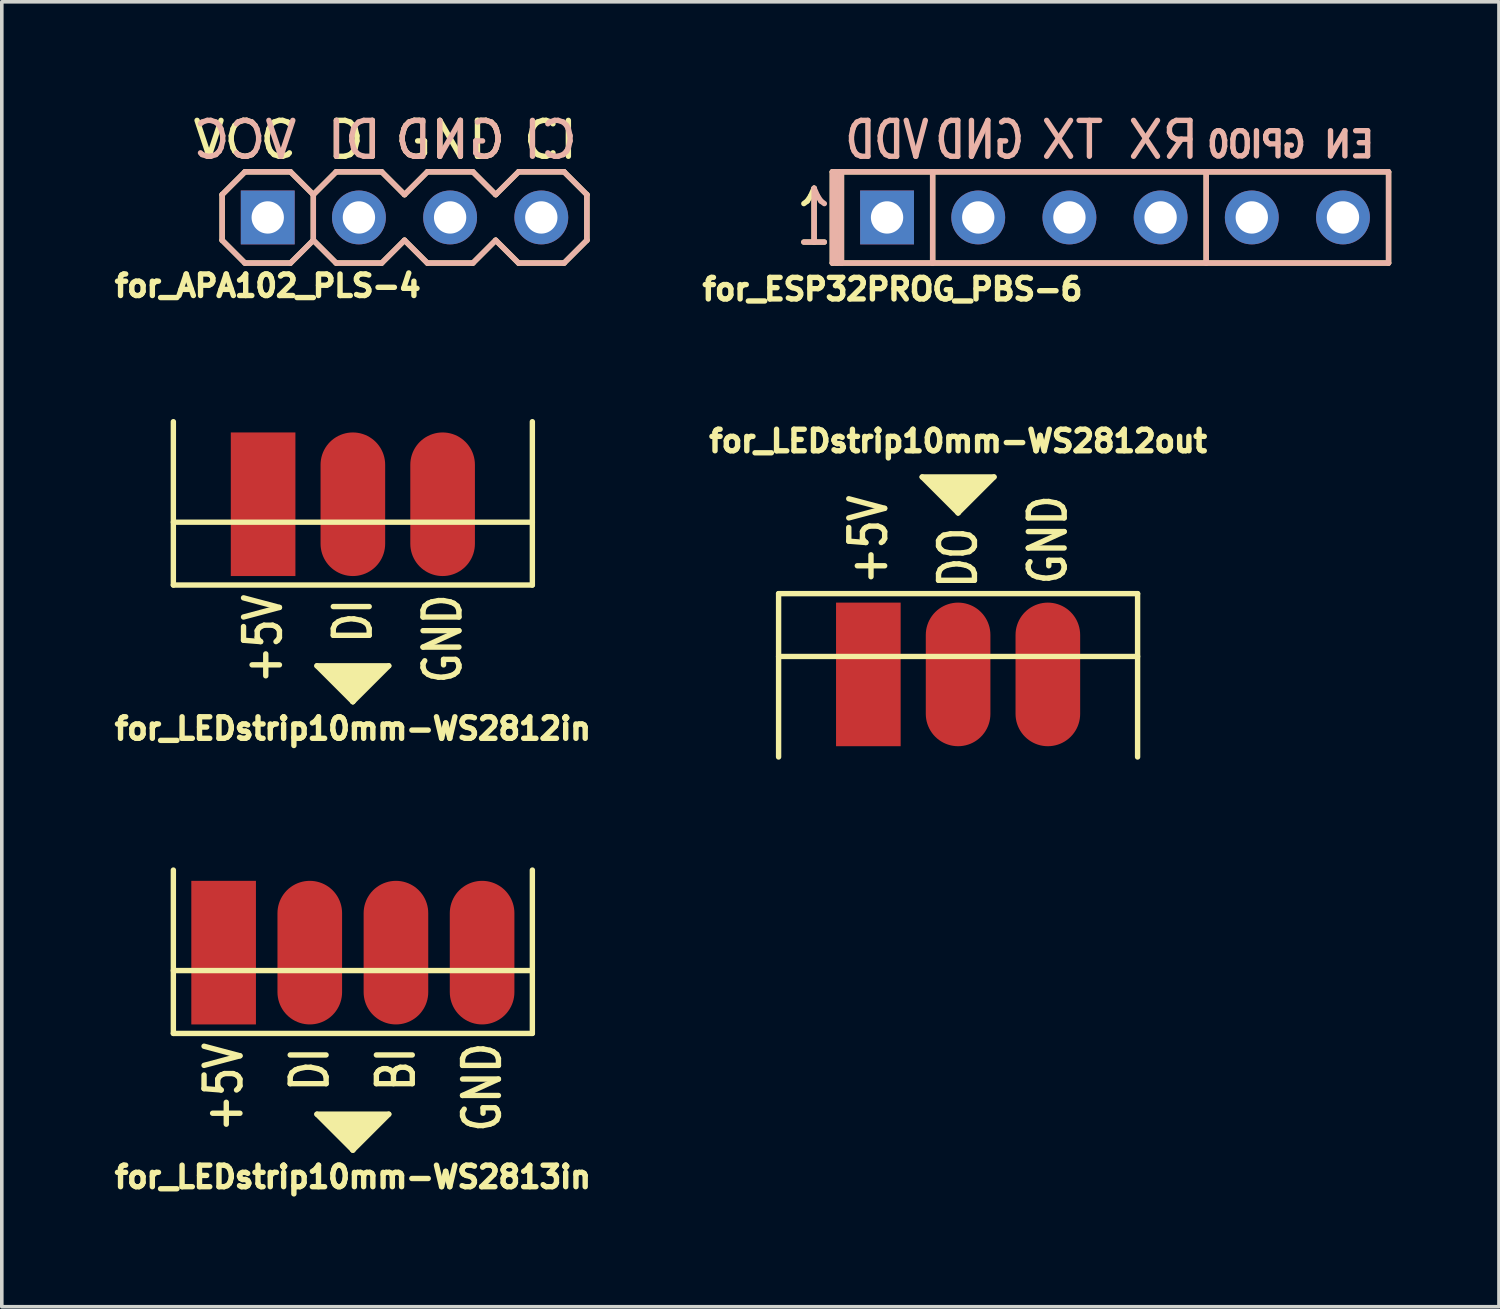
<source format=kicad_pcb>
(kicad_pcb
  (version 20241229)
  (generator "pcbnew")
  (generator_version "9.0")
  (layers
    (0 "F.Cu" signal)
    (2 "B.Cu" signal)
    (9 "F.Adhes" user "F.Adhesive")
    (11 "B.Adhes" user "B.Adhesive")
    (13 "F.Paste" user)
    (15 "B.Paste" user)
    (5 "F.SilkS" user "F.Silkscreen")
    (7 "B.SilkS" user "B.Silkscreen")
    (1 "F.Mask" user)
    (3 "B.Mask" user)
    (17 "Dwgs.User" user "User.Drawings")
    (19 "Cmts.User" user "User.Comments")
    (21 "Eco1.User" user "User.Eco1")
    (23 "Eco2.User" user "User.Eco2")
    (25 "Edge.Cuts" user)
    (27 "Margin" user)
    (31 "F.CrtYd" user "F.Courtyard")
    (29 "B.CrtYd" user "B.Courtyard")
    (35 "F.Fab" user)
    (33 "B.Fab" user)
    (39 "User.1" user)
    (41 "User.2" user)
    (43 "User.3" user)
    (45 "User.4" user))
  (footprint "for_LEDstrip10mm-WS2812in"
    (layer "F.Cu")
    (at 6.779 10.996)
    (property "Reference" "for_LEDstrip10mm-WS2812in" (at 0 6.25 0) (layer "F.SilkS") (effects (font (size 0.6 0.6) (thickness 0.15))))
    (attr exclude_from_pos_files exclude_from_bom)
    (fp_line (start -5 2.25) (end -5 -2.3) (stroke (width 0.15) (type solid)) (layer "F.SilkS"))
    (fp_line (start -1 4.5) (end 1 4.5) (stroke (width 0.15) (type solid)) (layer "F.SilkS"))
    (fp_line (start -0.8 4.6) (end 0.8 4.6) (stroke (width 0.15) (type solid)) (layer "F.SilkS"))
    (fp_line (start -0.6 4.8) (end 0.6 4.8) (stroke (width 0.15) (type solid)) (layer "F.SilkS"))
    (fp_line (start -0.5 4.9) (end 0.5 4.9) (stroke (width 0.15) (type solid)) (layer "F.SilkS"))
    (fp_line (start -0.3 5.1) (end 0.3 5.1) (stroke (width 0.15) (type solid)) (layer "F.SilkS"))
    (fp_line (start -0.1 5.3) (end 0.1 5.3) (stroke (width 0.15) (type solid)) (layer "F.SilkS"))
    (fp_line (start 0 5.5) (end -1 4.5) (stroke (width 0.15) (type solid)) (layer "F.SilkS"))
    (fp_line (start 0 5.5) (end 0 5.3) (stroke (width 0.15) (type solid)) (layer "F.SilkS"))
    (fp_line (start 0.2 5.2) (end -0.2 5.2) (stroke (width 0.15) (type solid)) (layer "F.SilkS"))
    (fp_line (start 0.4 5) (end -0.4 5) (stroke (width 0.15) (type solid)) (layer "F.SilkS"))
    (fp_line (start 0.7 4.7) (end -0.7 4.7) (stroke (width 0.15) (type solid)) (layer "F.SilkS"))
    (fp_line (start 1 4.5) (end 0 5.5) (stroke (width 0.15) (type solid)) (layer "F.SilkS"))
    (fp_line (start 5 0.5) (end -5 0.5) (stroke (width 0.15) (type solid)) (layer "F.SilkS"))
    (fp_line (start 5 2.25) (end -5 2.25) (stroke (width 0.15) (type solid)) (layer "F.SilkS"))
    (fp_line (start 5 2.25) (end 5 -2.3) (stroke (width 0.15) (type solid)) (layer "F.SilkS"))
    (fp_text user "GND" (at 2.5 3.75 270) (layer "F.SilkS") (effects (font (size 1 0.8) (thickness 0.15))))
    (fp_text user "+5V" (at -2.5 3.75 270) (layer "F.SilkS") (effects (font (size 1 0.8) (thickness 0.15))))
    (fp_text user "DI" (at 0 3.25 270) (layer "F.SilkS") (effects (font (size 1 0.8) (thickness 0.15))))
    (pad "1" smd rect (at -2.5 0) (size 1.8 4) (layers "F.Cu" "F.Mask" "F.Paste"))
    (pad "2" smd oval (at 0 0) (size 1.8 4) (layers "F.Cu" "F.Mask" "F.Paste"))
    (pad "3" smd oval (at 2.5 0) (size 1.8 4) (layers "F.Cu" "F.Mask" "F.Paste")))
  (footprint "for_APA102_PLS-4"
    (layer "F.Cu")
    (at 4.408 3.007)
    (property "Reference" "for_APA102_PLS-4" (at 0 1.905 0) (layer "F.SilkS") (effects (font (size 0.6 0.6) (thickness 0.15))))
    (attr through_hole)
    (fp_line (start -1.27 0.635) (end -1.27 -0.635) (stroke (width 0.15) (type solid)) (layer "F.SilkS"))
    (fp_line (start -0.635 -1.27) (end -1.27 -0.635) (stroke (width 0.15) (type solid)) (layer "F.SilkS"))
    (fp_line (start -0.635 1.27) (end -1.27 0.635) (stroke (width 0.15) (type solid)) (layer "F.SilkS"))
    (fp_line (start 0.635 -1.27) (end -0.635 -1.27) (stroke (width 0.15) (type solid)) (layer "F.SilkS"))
    (fp_line (start 0.635 1.27) (end -0.635 1.27) (stroke (width 0.15) (type solid)) (layer "F.SilkS"))
    (fp_line (start 1.27 -0.635) (end 0.635 -1.27) (stroke (width 0.15) (type solid)) (layer "F.SilkS"))
    (fp_line (start 1.27 -0.635) (end 1.27 0.635) (stroke (width 0.15) (type solid)) (layer "F.SilkS"))
    (fp_line (start 1.27 0.635) (end 0.635 1.27) (stroke (width 0.15) (type solid)) (layer "F.SilkS"))
    (fp_line (start 1.905 -1.27) (end 1.27 -0.635) (stroke (width 0.15) (type solid)) (layer "F.SilkS"))
    (fp_line (start 1.905 1.27) (end 1.27 0.635) (stroke (width 0.15) (type solid)) (layer "F.SilkS"))
    (fp_line (start 3.175 -1.27) (end 1.905 -1.27) (stroke (width 0.15) (type solid)) (layer "F.SilkS"))
    (fp_line (start 3.175 1.27) (end 1.905 1.27) (stroke (width 0.15) (type solid)) (layer "F.SilkS"))
    (fp_line (start 3.81 -0.635) (end 3.175 -1.27) (stroke (width 0.15) (type solid)) (layer "F.SilkS"))
    (fp_line (start 3.81 0.635) (end 3.175 1.27) (stroke (width 0.15) (type solid)) (layer "F.SilkS"))
    (fp_line (start 4.445 -1.27) (end 3.81 -0.635) (stroke (width 0.15) (type solid)) (layer "F.SilkS"))
    (fp_line (start 4.445 1.27) (end 3.81 0.635) (stroke (width 0.15) (type solid)) (layer "F.SilkS"))
    (fp_line (start 5.715 -1.27) (end 4.445 -1.27) (stroke (width 0.15) (type solid)) (layer "F.SilkS"))
    (fp_line (start 5.715 1.27) (end 4.445 1.27) (stroke (width 0.15) (type solid)) (layer "F.SilkS"))
    (fp_line (start 6.35 -0.635) (end 5.715 -1.27) (stroke (width 0.15) (type solid)) (layer "F.SilkS"))
    (fp_line (start 6.35 0.635) (end 5.715 1.27) (stroke (width 0.15) (type solid)) (layer "F.SilkS"))
    (fp_line (start 6.985 -1.27) (end 6.35 -0.635) (stroke (width 0.15) (type solid)) (layer "F.SilkS"))
    (fp_line (start 6.985 1.27) (end 6.35 0.635) (stroke (width 0.15) (type solid)) (layer "F.SilkS"))
    (fp_line (start 8.255 -1.27) (end 6.985 -1.27) (stroke (width 0.15) (type solid)) (layer "F.SilkS"))
    (fp_line (start 8.255 1.27) (end 6.985 1.27) (stroke (width 0.15) (type solid)) (layer "F.SilkS"))
    (fp_line (start 8.89 -0.635) (end 8.255 -1.27) (stroke (width 0.15) (type solid)) (layer "F.SilkS"))
    (fp_line (start 8.89 -0.635) (end 8.89 0.635) (stroke (width 0.15) (type solid)) (layer "F.SilkS"))
    (fp_line (start 8.89 0.635) (end 8.255 1.27) (stroke (width 0.15) (type solid)) (layer "F.SilkS"))
    (fp_line (start -1.27 0.635) (end -1.27 -0.635) (stroke (width 0.15) (type solid)) (layer "B.SilkS"))
    (fp_line (start -0.635 -1.27) (end -1.27 -0.635) (stroke (width 0.15) (type solid)) (layer "B.SilkS"))
    (fp_line (start -0.635 -1.27) (end 0.635 -1.27) (stroke (width 0.15) (type solid)) (layer "B.SilkS"))
    (fp_line (start -0.635 1.27) (end -1.27 0.635) (stroke (width 0.15) (type solid)) (layer "B.SilkS"))
    (fp_line (start 0.635 1.27) (end -0.635 1.27) (stroke (width 0.15) (type solid)) (layer "B.SilkS"))
    (fp_line (start 1.27 -0.635) (end 0.635 -1.27) (stroke (width 0.15) (type solid)) (layer "B.SilkS"))
    (fp_line (start 1.27 -0.635) (end 1.27 0.635) (stroke (width 0.15) (type solid)) (layer "B.SilkS"))
    (fp_line (start 1.27 0.635) (end 0.635 1.27) (stroke (width 0.15) (type solid)) (layer "B.SilkS"))
    (fp_line (start 1.905 -1.27) (end 1.27 -0.635) (stroke (width 0.15) (type solid)) (layer "B.SilkS"))
    (fp_line (start 1.905 -1.27) (end 3.175 -1.27) (stroke (width 0.15) (type solid)) (layer "B.SilkS"))
    (fp_line (start 1.905 1.27) (end 1.27 0.635) (stroke (width 0.15) (type solid)) (layer "B.SilkS"))
    (fp_line (start 3.175 1.27) (end 1.905 1.27) (stroke (width 0.15) (type solid)) (layer "B.SilkS"))
    (fp_line (start 3.81 -0.635) (end 3.175 -1.27) (stroke (width 0.15) (type solid)) (layer "B.SilkS"))
    (fp_line (start 3.81 0.635) (end 3.175 1.27) (stroke (width 0.15) (type solid)) (layer "B.SilkS"))
    (fp_line (start 4.445 -1.27) (end 3.81 -0.635) (stroke (width 0.15) (type solid)) (layer "B.SilkS"))
    (fp_line (start 4.445 -1.27) (end 5.715 -1.27) (stroke (width 0.15) (type solid)) (layer "B.SilkS"))
    (fp_line (start 4.445 1.27) (end 3.81 0.635) (stroke (width 0.15) (type solid)) (layer "B.SilkS"))
    (fp_line (start 5.715 1.27) (end 4.445 1.27) (stroke (width 0.15) (type solid)) (layer "B.SilkS"))
    (fp_line (start 6.35 -0.635) (end 5.715 -1.27) (stroke (width 0.15) (type solid)) (layer "B.SilkS"))
    (fp_line (start 6.35 0.635) (end 5.715 1.27) (stroke (width 0.15) (type solid)) (layer "B.SilkS"))
    (fp_line (start 6.985 -1.27) (end 6.35 -0.635) (stroke (width 0.15) (type solid)) (layer "B.SilkS"))
    (fp_line (start 6.985 -1.27) (end 8.255 -1.27) (stroke (width 0.15) (type solid)) (layer "B.SilkS"))
    (fp_line (start 6.985 1.27) (end 6.35 0.635) (stroke (width 0.15) (type solid)) (layer "B.SilkS"))
    (fp_line (start 8.255 1.27) (end 6.985 1.27) (stroke (width 0.15) (type solid)) (layer "B.SilkS"))
    (fp_line (start 8.89 -0.635) (end 8.255 -1.27) (stroke (width 0.15) (type solid)) (layer "B.SilkS"))
    (fp_line (start 8.89 -0.635) (end 8.89 0.635) (stroke (width 0.15) (type solid)) (layer "B.SilkS"))
    (fp_line (start 8.89 0.635) (end 8.255 1.27) (stroke (width 0.15) (type solid)) (layer "B.SilkS"))
    (fp_text user "CI" (at 7.874 -2.159 0) (layer "F.SilkS") (effects (font (size 1 1) (thickness 0.15))))
    (fp_text user "VCC" (at -0.635 -2.159 0) (layer "F.SilkS") (effects (font (size 1 1) (thickness 0.15))))
    (fp_text user "DI" (at 2.413 -2.159 0) (layer "F.SilkS") (effects (font (size 1 1) (thickness 0.15))))
    (fp_text user "GND" (at 5.08 -2.159 0) (layer "F.SilkS") (effects (font (size 1 1) (thickness 0.15))))
    (fp_text user "CI" (at 7.874 -2.159 0) (layer "B.SilkS") (effects (font (size 1 1) (thickness 0.15)) (justify mirror)))
    (fp_text user "GND" (at 5.08 -2.159 0) (layer "B.SilkS") (effects (font (size 1 1) (thickness 0.15)) (justify mirror)))
    (fp_text user "DI" (at 2.413 -2.159 0) (layer "B.SilkS") (effects (font (size 1 1) (thickness 0.15)) (justify mirror)))
    (fp_text user "VCC" (at -0.635 -2.159 0) (layer "B.SilkS") (effects (font (size 1 1) (thickness 0.15)) (justify mirror)))
    (pad "1" thru_hole rect (at 0 0) (size 1.5 1.5) (drill 0.9) (layers "*.Cu" "*.Mask"))
    (pad "2" thru_hole circle (at 2.54 0) (size 1.5 1.5) (drill 0.9) (layers "*.Cu" "*.Mask"))
    (pad "3" thru_hole circle (at 5.08 0) (size 1.5 1.5) (drill 0.9) (layers "*.Cu" "*.Mask"))
    (pad "4" thru_hole circle (at 7.62 0) (size 1.5 1.5) (drill 0.9) (layers "*.Cu" "*.Mask")))
  (footprint "for_LEDstrip10mm-WS2812out"
    (layer "F.Cu")
    (at 23.638 15.736)
    (property "Reference" "for_LEDstrip10mm-WS2812out" (at 0 -6.5 0) (layer "F.SilkS") (effects (font (size 0.6 0.6) (thickness 0.15))))
    (attr exclude_from_pos_files exclude_from_bom)
    (fp_line (start -5 2.3) (end -5 -2.25) (stroke (width 0.15) (type solid)) (layer "F.SilkS"))
    (fp_line (start -1 -5.5) (end 1 -5.5) (stroke (width 0.15) (type solid)) (layer "F.SilkS"))
    (fp_line (start -0.7 -5.3) (end 0.7 -5.3) (stroke (width 0.15) (type solid)) (layer "F.SilkS"))
    (fp_line (start -0.5 -5.1) (end 0.5 -5.1) (stroke (width 0.15) (type solid)) (layer "F.SilkS"))
    (fp_line (start -0.3 -4.9) (end 0.3 -4.9) (stroke (width 0.15) (type solid)) (layer "F.SilkS"))
    (fp_line (start -0.1 -4.7) (end 0.1 -4.7) (stroke (width 0.15) (type solid)) (layer "F.SilkS"))
    (fp_line (start 0 -4.5) (end -1 -5.5) (stroke (width 0.15) (type solid)) (layer "F.SilkS"))
    (fp_line (start 0 -4.5) (end 0 -4.7) (stroke (width 0.15) (type solid)) (layer "F.SilkS"))
    (fp_line (start 0.2 -4.8) (end -0.2 -4.8) (stroke (width 0.15) (type solid)) (layer "F.SilkS"))
    (fp_line (start 0.4 -5) (end -0.4 -5) (stroke (width 0.15) (type solid)) (layer "F.SilkS"))
    (fp_line (start 0.6 -5.2) (end -0.6 -5.2) (stroke (width 0.15) (type solid)) (layer "F.SilkS"))
    (fp_line (start 0.8 -5.4) (end -0.8 -5.4) (stroke (width 0.15) (type solid)) (layer "F.SilkS"))
    (fp_line (start 1 -5.5) (end 0 -4.5) (stroke (width 0.15) (type solid)) (layer "F.SilkS"))
    (fp_line (start 5 -2.25) (end -5 -2.25) (stroke (width 0.15) (type solid)) (layer "F.SilkS"))
    (fp_line (start 5 -0.5) (end -5 -0.5) (stroke (width 0.15) (type solid)) (layer "F.SilkS"))
    (fp_line (start 5 2.3) (end 5 -2.25) (stroke (width 0.15) (type solid)) (layer "F.SilkS"))
    (fp_text user "GND" (at 2.5 -3.75 270) (layer "F.SilkS") (effects (font (size 1 0.8) (thickness 0.15))))
    (fp_text user "DO" (at 0 -3.25 270) (layer "F.SilkS") (effects (font (size 1 0.8) (thickness 0.15))))
    (fp_text user "+5V" (at -2.5 -3.75 270) (layer "F.SilkS") (effects (font (size 1 0.8) (thickness 0.15))))
    (pad "1" smd rect (at -2.5 0) (size 1.8 4) (layers "F.Cu" "F.Mask" "F.Paste"))
    (pad "2" smd oval (at 0 0) (size 1.8 4) (layers "F.Cu" "F.Mask" "F.Paste"))
    (pad "3" smd oval (at 2.5 0) (size 1.8 4) (layers "F.Cu" "F.Mask" "F.Paste")))
  (footprint "for_LEDstrip10mm-WS2813in"
    (layer "F.Cu")
    (at 6.779 23.486)
    (property "Reference" "for_LEDstrip10mm-WS2813in" (at 0 6.25 0) (layer "F.SilkS") (effects (font (size 0.6 0.6) (thickness 0.15))))
    (attr exclude_from_pos_files exclude_from_bom)
    (fp_line (start -5 2.25) (end -5 -2.3) (stroke (width 0.15) (type solid)) (layer "F.SilkS"))
    (fp_line (start -1 4.5) (end 1 4.5) (stroke (width 0.15) (type solid)) (layer "F.SilkS"))
    (fp_line (start -0.8 4.6) (end 0.8 4.6) (stroke (width 0.15) (type solid)) (layer "F.SilkS"))
    (fp_line (start -0.6 4.8) (end 0.6 4.8) (stroke (width 0.15) (type solid)) (layer "F.SilkS"))
    (fp_line (start -0.5 4.9) (end 0.5 4.9) (stroke (width 0.15) (type solid)) (layer "F.SilkS"))
    (fp_line (start -0.3 5.1) (end 0.3 5.1) (stroke (width 0.15) (type solid)) (layer "F.SilkS"))
    (fp_line (start -0.1 5.3) (end 0.1 5.3) (stroke (width 0.15) (type solid)) (layer "F.SilkS"))
    (fp_line (start 0 5.5) (end -1 4.5) (stroke (width 0.15) (type solid)) (layer "F.SilkS"))
    (fp_line (start 0 5.5) (end 0 5.3) (stroke (width 0.15) (type solid)) (layer "F.SilkS"))
    (fp_line (start 0.2 5.2) (end -0.2 5.2) (stroke (width 0.15) (type solid)) (layer "F.SilkS"))
    (fp_line (start 0.4 5) (end -0.4 5) (stroke (width 0.15) (type solid)) (layer "F.SilkS"))
    (fp_line (start 0.7 4.7) (end -0.7 4.7) (stroke (width 0.15) (type solid)) (layer "F.SilkS"))
    (fp_line (start 1 4.5) (end 0 5.5) (stroke (width 0.15) (type solid)) (layer "F.SilkS"))
    (fp_line (start 5 0.5) (end -5 0.5) (stroke (width 0.15) (type solid)) (layer "F.SilkS"))
    (fp_line (start 5 2.25) (end -5 2.25) (stroke (width 0.15) (type solid)) (layer "F.SilkS"))
    (fp_line (start 5 2.25) (end 5 -2.3) (stroke (width 0.15) (type solid)) (layer "F.SilkS"))
    (fp_text user "BI" (at 1.2 3.25 270) (layer "F.SilkS") (effects (font (size 1 0.8) (thickness 0.15))))
    (fp_text user "+5V" (at -3.6 3.75 270) (layer "F.SilkS") (effects (font (size 1 0.8) (thickness 0.15))))
    (fp_text user "DI" (at -1.2 3.25 270) (layer "F.SilkS") (effects (font (size 1 0.8) (thickness 0.15))))
    (fp_text user "GND" (at 3.6 3.75 270) (layer "F.SilkS") (effects (font (size 1 0.8) (thickness 0.15))))
    (pad "1" smd rect (at -3.6 0) (size 1.8 4) (layers "F.Cu" "F.Mask" "F.Paste"))
    (pad "2" smd oval (at -1.2 0) (size 1.8 4) (layers "F.Cu" "F.Mask" "F.Paste"))
    (pad "3" smd oval (at 1.2 0) (size 1.8 4) (layers "F.Cu" "F.Mask" "F.Paste"))
    (pad "4" smd oval (at 3.6 0) (size 1.8 4) (layers "F.Cu" "F.Mask" "F.Paste")))
  (footprint "for_ESP32PROG_PBS-6"
    (layer "F.Cu")
    (at 28.009 3.007)
    (property "Reference" "for_ESP32PROG_PBS-6" (at -6.2 2 0) (layer "F.SilkS") (effects (font (size 0.6 0.6) (thickness 0.15))))
    (attr through_hole)
    (fp_line (start -7.874 -1.27) (end -7.62 -1.27) (stroke (width 0.15) (type solid)) (layer "F.SilkS"))
    (fp_line (start -7.874 1.27) (end -7.874 -1.27) (stroke (width 0.15) (type solid)) (layer "F.SilkS"))
    (fp_line (start -7.747 -1.27) (end -7.747 1.27) (stroke (width 0.15) (type solid)) (layer "F.SilkS"))
    (fp_line (start -7.62 -1.27) (end -7.747 -1.27) (stroke (width 0.15) (type solid)) (layer "F.SilkS"))
    (fp_line (start -7.62 -1.27) (end 7.62 -1.27) (stroke (width 0.15) (type solid)) (layer "F.SilkS"))
    (fp_line (start -7.62 1.27) (end -7.874 1.27) (stroke (width 0.15) (type solid)) (layer "F.SilkS"))
    (fp_line (start -7.62 1.27) (end -7.62 -1.27) (stroke (width 0.15) (type solid)) (layer "F.SilkS"))
    (fp_line (start -7.62 1.27) (end 7.62 1.27) (stroke (width 0.15) (type solid)) (layer "F.SilkS"))
    (fp_line (start -5.08 -1.27) (end -5.08 1.27) (stroke (width 0.15) (type solid)) (layer "F.SilkS"))
    (fp_line (start 2.54 -1.27) (end 2.54 1.27) (stroke (width 0.15) (type solid)) (layer "F.SilkS"))
    (fp_line (start 7.62 -1.27) (end 7.62 1.27) (stroke (width 0.15) (type solid)) (layer "F.SilkS"))
    (fp_line (start -7.874 -1.27) (end -7.747 -1.27) (stroke (width 0.15) (type solid)) (layer "B.SilkS"))
    (fp_line (start -7.874 1.27) (end -7.874 -1.27) (stroke (width 0.15) (type solid)) (layer "B.SilkS"))
    (fp_line (start -7.874 1.27) (end -7.747 1.27) (stroke (width 0.15) (type solid)) (layer "B.SilkS"))
    (fp_line (start -7.747 -1.27) (end -7.747 1.27) (stroke (width 0.15) (type solid)) (layer "B.SilkS"))
    (fp_line (start -7.747 -1.27) (end -7.62 -1.27) (stroke (width 0.15) (type solid)) (layer "B.SilkS"))
    (fp_line (start -7.747 1.27) (end -7.62 1.27) (stroke (width 0.15) (type solid)) (layer "B.SilkS"))
    (fp_line (start -7.62 1.27) (end -7.62 -1.27) (stroke (width 0.15) (type solid)) (layer "B.SilkS"))
    (fp_line (start -7.62 1.27) (end 7.62 1.27) (stroke (width 0.15) (type solid)) (layer "B.SilkS"))
    (fp_line (start -5.08 -1.27) (end -5.08 1.27) (stroke (width 0.15) (type solid)) (layer "B.SilkS"))
    (fp_line (start 2.54 1.27) (end 2.54 -1.27) (stroke (width 0.15) (type solid)) (layer "B.SilkS"))
    (fp_line (start 7.62 -1.27) (end -7.62 -1.27) (stroke (width 0.15) (type solid)) (layer "B.SilkS"))
    (fp_line (start 7.62 -1.27) (end 7.62 1.27) (stroke (width 0.15) (type solid)) (layer "B.SilkS"))
    (fp_text user "1" (at -8.382 0 0) (layer "F.SilkS") (effects (font (size 1.5 1) (thickness 0.15))))
    (fp_text user "RX" (at 1.35 -2.159 0) (layer "B.SilkS") (effects (font (size 1 1) (thickness 0.15)) (justify mirror)))
    (fp_text user "1" (at -8.382 0 0) (layer "B.SilkS") (effects (font (size 1.5 1) (thickness 0.15)) (justify mirror)))
    (fp_text user "VDD" (at -6.35 -2.159 0) (layer "B.SilkS") (effects (font (size 1 0.8) (thickness 0.15)) (justify mirror)))
    (fp_text user "GND" (at -3.77 -2.159 0) (layer "B.SilkS") (effects (font (size 1 0.8) (thickness 0.15)) (justify mirror)))
    (fp_text user "GPIO0" (at 3.94 -2.032 0) (layer "B.SilkS") (effects (font (size 0.7 0.6) (thickness 0.15)) (justify mirror)))
    (fp_text user "EN" (at 6.52 -2.032 0) (layer "B.SilkS") (effects (font (size 0.7 0.7) (thickness 0.15)) (justify mirror)))
    (fp_text user "TX" (at -1.19 -2.159 0) (layer "B.SilkS") (effects (font (size 1 1) (thickness 0.15)) (justify mirror)))
    (pad "1" thru_hole rect (at -6.35 0) (size 1.5 1.5) (drill 0.9) (layers "*.Cu" "*.Mask"))
    (pad "2" thru_hole circle (at -3.81 0) (size 1.5 1.5) (drill 0.9) (layers "*.Cu" "*.Mask"))
    (pad "3" thru_hole circle (at -1.27 0) (size 1.5 1.5) (drill 0.9) (layers "*.Cu" "*.Mask"))
    (pad "4" thru_hole circle (at 1.27 0) (size 1.5 1.5) (drill 0.9) (layers "*.Cu" "*.Mask"))
    (pad "5" thru_hole circle (at 3.81 0) (size 1.5 1.5) (drill 0.9) (layers "*.Cu" "*.Mask"))
    (pad "6" thru_hole circle (at 6.35 0) (size 1.5 1.5) (drill 0.9) (layers "*.Cu" "*.Mask")))
  (gr_rect
    (start -3 -3)
    (end 38.704 33.35)
    (stroke (width 0.1) (type default))
    (fill no)
    (layer "Edge.Cuts")))
</source>
